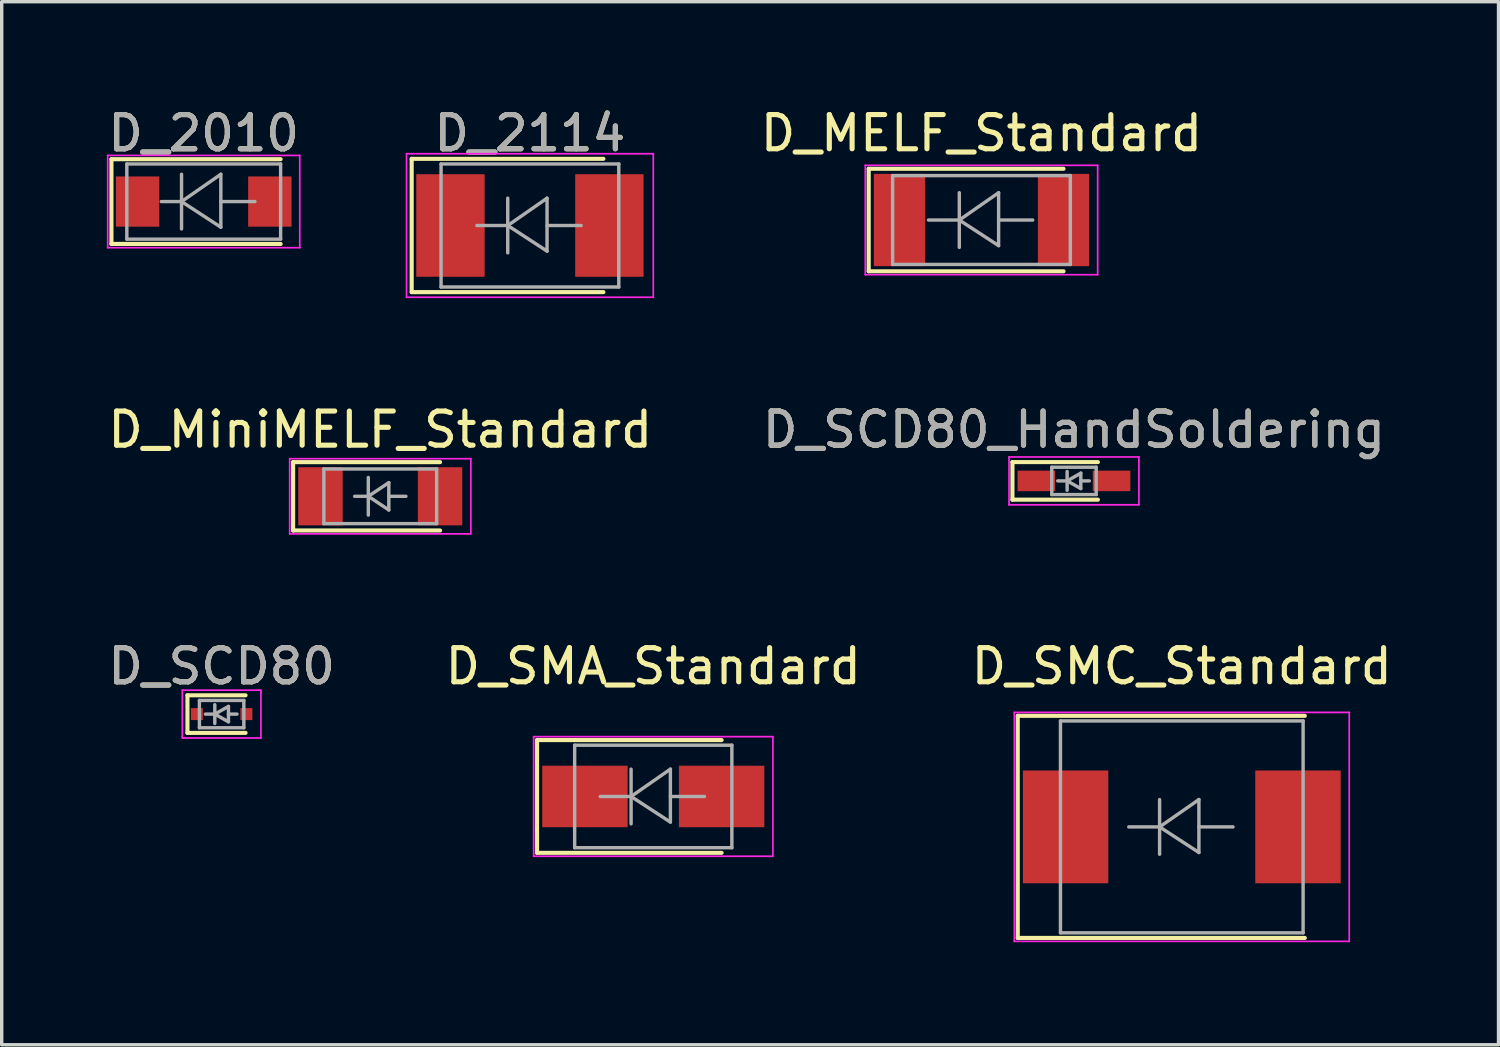
<source format=kicad_pcb>
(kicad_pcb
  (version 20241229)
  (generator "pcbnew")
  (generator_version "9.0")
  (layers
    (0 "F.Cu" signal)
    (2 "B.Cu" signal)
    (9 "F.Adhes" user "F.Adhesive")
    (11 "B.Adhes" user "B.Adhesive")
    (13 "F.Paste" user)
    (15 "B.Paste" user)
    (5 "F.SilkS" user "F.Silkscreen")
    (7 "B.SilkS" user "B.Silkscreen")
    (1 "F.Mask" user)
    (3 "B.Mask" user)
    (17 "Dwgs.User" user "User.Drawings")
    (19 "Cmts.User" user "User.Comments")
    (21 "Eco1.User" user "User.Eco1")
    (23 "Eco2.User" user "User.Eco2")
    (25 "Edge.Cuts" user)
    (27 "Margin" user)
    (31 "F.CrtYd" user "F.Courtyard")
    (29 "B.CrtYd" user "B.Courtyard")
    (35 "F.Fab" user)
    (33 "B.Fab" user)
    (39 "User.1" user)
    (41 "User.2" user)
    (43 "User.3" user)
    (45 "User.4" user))
  (footprint "D_SCD80"
    (layer "F.Cu")
    (at 3.435 17.845)
    (property "Reference" "D_SCD80" (at 0 -1.4 0) (layer "F.SilkS") (effects (font (size 1 1) (thickness 0.15))))
    (attr smd)
    (fp_line (start -1 -0.55) (end -1 0.55) (stroke (width 0.12) (type solid)) (layer "F.SilkS"))
    (fp_line (start -1 0.55) (end 0.7 0.55) (stroke (width 0.12) (type solid)) (layer "F.SilkS"))
    (fp_line (start 0.7 -0.55) (end -1 -0.55) (stroke (width 0.12) (type solid)) (layer "F.SilkS"))
    (fp_line (start -1.15 -0.7) (end 1.1 -0.7) (stroke (width 0.05) (type solid)) (layer "F.CrtYd"))
    (fp_line (start -1.15 0.65) (end -1.15 -0.7) (stroke (width 0.05) (type solid)) (layer "F.CrtYd"))
    (fp_line (start -1.15 0.65) (end -1.15 0.7) (stroke (width 0.05) (type solid)) (layer "F.CrtYd"))
    (fp_line (start -1.15 0.7) (end -1.1 0.7) (stroke (width 0.05) (type solid)) (layer "F.CrtYd"))
    (fp_line (start 1.1 -0.7) (end 1.15 -0.7) (stroke (width 0.05) (type solid)) (layer "F.CrtYd"))
    (fp_line (start 1.15 -0.7) (end 1.15 -0.65) (stroke (width 0.05) (type solid)) (layer "F.CrtYd"))
    (fp_line (start 1.15 -0.65) (end 1.15 0.7) (stroke (width 0.05) (type solid)) (layer "F.CrtYd"))
    (fp_line (start 1.15 0.7) (end -1.1 0.7) (stroke (width 0.05) (type solid)) (layer "F.CrtYd"))
    (fp_line (start -0.65 -0.4) (end 0.65 -0.4) (stroke (width 0.1) (type solid)) (layer "F.Fab"))
    (fp_line (start -0.65 0.4) (end -0.65 -0.4) (stroke (width 0.1) (type solid)) (layer "F.Fab"))
    (fp_line (start -0.2 -0.275) (end -0.2 0.275) (stroke (width 0.1) (type solid)) (layer "F.Fab"))
    (fp_line (start -0.2 0) (end -0.475 0) (stroke (width 0.1) (type solid)) (layer "F.Fab"))
    (fp_line (start -0.2 0) (end 0.2 -0.225) (stroke (width 0.1) (type solid)) (layer "F.Fab"))
    (fp_line (start 0.2 -0.225) (end 0.2 0.225) (stroke (width 0.1) (type solid)) (layer "F.Fab"))
    (fp_line (start 0.2 0) (end 0.45 0) (stroke (width 0.1) (type solid)) (layer "F.Fab"))
    (fp_line (start 0.2 0.225) (end -0.2 0) (stroke (width 0.1) (type solid)) (layer "F.Fab"))
    (fp_line (start 0.65 -0.4) (end 0.65 0.4) (stroke (width 0.1) (type solid)) (layer "F.Fab"))
    (fp_line (start 0.65 0.4) (end -0.65 0.4) (stroke (width 0.1) (type solid)) (layer "F.Fab"))
    (fp_text user "${REFERENCE}" (at 0 -1.4 0) (layer "F.Fab") (effects (font (size 1 1) (thickness 0.15))))
    (pad "1" smd rect (at -0.725 0) (size 0.35 0.35) (layers "F.Cu" "F.Mask" "F.Paste"))
    (pad "2" smd rect (at 0.725 0) (size 0.35 0.35) (layers "F.Cu" "F.Mask" "F.Paste")))
  (footprint "D_MiniMELF_Standard"
    (layer "F.Cu")
    (at 8.077 11.472)
    (property "Reference" "D_MiniMELF_Standard" (at 0 -1.95 0) (layer "F.SilkS") (effects (font (size 1 1) (thickness 0.15))))
    (attr smd)
    (fp_line (start -2.55 -1) (end -2.55 1) (stroke (width 0.12) (type solid)) (layer "F.SilkS"))
    (fp_line (start -2.55 1) (end 1.75 1) (stroke (width 0.12) (type solid)) (layer "F.SilkS"))
    (fp_line (start 1.75 -1) (end -2.55 -1) (stroke (width 0.12) (type solid)) (layer "F.SilkS"))
    (fp_line (start -2.65 -1.1) (end 2.65 -1.1) (stroke (width 0.05) (type solid)) (layer "F.CrtYd"))
    (fp_line (start -2.65 1.1) (end -2.65 -1.1) (stroke (width 0.05) (type solid)) (layer "F.CrtYd"))
    (fp_line (start 2.65 -1.1) (end 2.65 1.1) (stroke (width 0.05) (type solid)) (layer "F.CrtYd"))
    (fp_line (start 2.65 1.1) (end -2.65 1.1) (stroke (width 0.05) (type solid)) (layer "F.CrtYd"))
    (fp_line (start -1.65 -0.8) (end 1.65 -0.8) (stroke (width 0.1) (type solid)) (layer "F.Fab"))
    (fp_line (start -1.65 0.8) (end -1.65 -0.8) (stroke (width 0.1) (type solid)) (layer "F.Fab"))
    (fp_line (start -0.75 0) (end -0.35 0) (stroke (width 0.1) (type solid)) (layer "F.Fab"))
    (fp_line (start -0.35 0) (end -0.35 -0.55) (stroke (width 0.1) (type solid)) (layer "F.Fab"))
    (fp_line (start -0.35 0) (end -0.35 0.55) (stroke (width 0.1) (type solid)) (layer "F.Fab"))
    (fp_line (start -0.35 0) (end 0.25 -0.4) (stroke (width 0.1) (type solid)) (layer "F.Fab"))
    (fp_line (start 0.25 -0.4) (end 0.25 0.4) (stroke (width 0.1) (type solid)) (layer "F.Fab"))
    (fp_line (start 0.25 0) (end 0.75 0) (stroke (width 0.1) (type solid)) (layer "F.Fab"))
    (fp_line (start 0.25 0.4) (end -0.35 0) (stroke (width 0.1) (type solid)) (layer "F.Fab"))
    (fp_line (start 1.65 -0.8) (end 1.65 0.8) (stroke (width 0.1) (type solid)) (layer "F.Fab"))
    (fp_line (start 1.65 0.8) (end -1.65 0.8) (stroke (width 0.1) (type solid)) (layer "F.Fab"))
    (pad "1" smd rect (at -1.75 0) (size 1.3 1.7) (layers "F.Cu" "F.Mask" "F.Paste"))
    (pad "2" smd rect (at 1.75 0) (size 1.3 1.7) (layers "F.Cu" "F.Mask" "F.Paste")))
  (footprint "D_SCD80_HandSoldering"
    (layer "F.Cu")
    (at 28.375 11.021)
    (property "Reference" "D_SCD80_HandSoldering" (at 0 -1.5 0) (layer "F.SilkS") (effects (font (size 1 1) (thickness 0.15))))
    (attr smd)
    (fp_line (start -1.8 -0.55) (end -1.8 0.55) (stroke (width 0.12) (type solid)) (layer "F.SilkS"))
    (fp_line (start -1.8 -0.55) (end 0.7 -0.55) (stroke (width 0.12) (type solid)) (layer "F.SilkS"))
    (fp_line (start -1.8 0.55) (end 0.7 0.55) (stroke (width 0.12) (type solid)) (layer "F.SilkS"))
    (fp_line (start -1.9 0.7) (end -1.9 -0.7) (stroke (width 0.05) (type solid)) (layer "F.CrtYd"))
    (fp_line (start -1.9 0.7) (end 1.9 0.7) (stroke (width 0.05) (type solid)) (layer "F.CrtYd"))
    (fp_line (start 1.9 -0.7) (end -1.9 -0.7) (stroke (width 0.05) (type solid)) (layer "F.CrtYd"))
    (fp_line (start 1.9 -0.7) (end 1.9 0.7) (stroke (width 0.05) (type solid)) (layer "F.CrtYd"))
    (fp_line (start -0.65 -0.4) (end 0.65 -0.4) (stroke (width 0.1) (type solid)) (layer "F.Fab"))
    (fp_line (start -0.65 0.4) (end -0.65 -0.4) (stroke (width 0.1) (type solid)) (layer "F.Fab"))
    (fp_line (start -0.2 -0.275) (end -0.2 0.275) (stroke (width 0.1) (type solid)) (layer "F.Fab"))
    (fp_line (start -0.2 0) (end -0.475 0) (stroke (width 0.1) (type solid)) (layer "F.Fab"))
    (fp_line (start -0.2 0) (end 0.2 -0.225) (stroke (width 0.1) (type solid)) (layer "F.Fab"))
    (fp_line (start 0.2 -0.225) (end 0.2 0.225) (stroke (width 0.1) (type solid)) (layer "F.Fab"))
    (fp_line (start 0.2 0) (end 0.45 0) (stroke (width 0.1) (type solid)) (layer "F.Fab"))
    (fp_line (start 0.2 0.225) (end -0.2 0) (stroke (width 0.1) (type solid)) (layer "F.Fab"))
    (fp_line (start 0.65 -0.4) (end 0.65 0.4) (stroke (width 0.1) (type solid)) (layer "F.Fab"))
    (fp_line (start 0.65 0.4) (end -0.65 0.4) (stroke (width 0.1) (type solid)) (layer "F.Fab"))
    (fp_text user "${REFERENCE}" (at 0 -1.5 0) (layer "F.Fab") (effects (font (size 1 1) (thickness 0.15))))
    (pad "1" smd rect (at -1.1 0) (size 1.1 0.6) (layers "F.Cu" "F.Mask" "F.Paste"))
    (pad "2" smd rect (at 1.1 0) (size 1.1 0.6) (layers "F.Cu" "F.Mask" "F.Paste")))
  (footprint "D_2010"
    (layer "F.Cu")
    (at 2.911 2.848)
    (property "Reference" "D_2010" (at 0 -2 0) (layer "F.SilkS") (effects (font (size 1 1) (thickness 0.15))))
    (attr smd)
    (fp_line (start -2.7 -1.24) (end -2.7 1.24) (stroke (width 0.12) (type solid)) (layer "F.SilkS"))
    (fp_line (start -2.7 -1.24) (end 2.25 -1.24) (stroke (width 0.12) (type solid)) (layer "F.SilkS"))
    (fp_line (start -2.7 1.24) (end 2.25 1.24) (stroke (width 0.12) (type solid)) (layer "F.SilkS"))
    (fp_line (start -2.81 -1.35) (end 2.81 -1.35) (stroke (width 0.05) (type solid)) (layer "F.CrtYd"))
    (fp_line (start -2.81 1.35) (end -2.81 -1.35) (stroke (width 0.05) (type solid)) (layer "F.CrtYd"))
    (fp_line (start -2.81 1.35) (end 2.81 1.35) (stroke (width 0.05) (type solid)) (layer "F.CrtYd"))
    (fp_line (start 2.81 1.35) (end 2.81 -1.35) (stroke (width 0.05) (type solid)) (layer "F.CrtYd"))
    (fp_line (start -2.25 1.1) (end -2.25 -1.1) (stroke (width 0.1) (type solid)) (layer "F.Fab"))
    (fp_line (start -0.649 -0.799) (end -0.649 0.801) (stroke (width 0.1) (type solid)) (layer "F.Fab"))
    (fp_line (start -0.649 0) (end -1.24 0) (stroke (width 0.1) (type solid)) (layer "F.Fab"))
    (fp_line (start -0.649 0) (end 0.501 -0.799) (stroke (width 0.1) (type solid)) (layer "F.Fab"))
    (fp_line (start -0.649 0) (end 0.501 0.75) (stroke (width 0.1) (type solid)) (layer "F.Fab"))
    (fp_line (start 0.501 0) (end 1.499 0) (stroke (width 0.1) (type solid)) (layer "F.Fab"))
    (fp_line (start 0.501 0.75) (end 0.501 -0.799) (stroke (width 0.1) (type solid)) (layer "F.Fab"))
    (fp_line (start 2.25 -1.1) (end -2.25 -1.1) (stroke (width 0.1) (type solid)) (layer "F.Fab"))
    (fp_line (start 2.25 -1.1) (end 2.25 1.1) (stroke (width 0.1) (type solid)) (layer "F.Fab"))
    (fp_line (start 2.25 1.1) (end -2.25 1.1) (stroke (width 0.1) (type solid)) (layer "F.Fab"))
    (fp_text user "${REFERENCE}" (at 0 -2 0) (layer "F.Fab") (effects (font (size 1 1) (thickness 0.15))))
    (pad "1" smd rect (at -1.935 0) (size 1.27 1.47) (layers "F.Cu" "F.Mask" "F.Paste"))
    (pad "2" smd rect (at 1.935 0) (size 1.27 1.47) (layers "F.Cu" "F.Mask" "F.Paste")))
  (footprint "D_SMA_Standard"
    (layer "F.Cu")
    (at 16.065 20.255)
    (property "Reference" "D_SMA_Standard" (at 0 -3.81 0) (layer "F.SilkS") (effects (font (size 1 1) (thickness 0.15))))
    (attr smd)
    (fp_line (start -3.4 -1.65) (end -3.4 1.65) (stroke (width 0.12) (type solid)) (layer "F.SilkS"))
    (fp_line (start -3.4 -1.65) (end 2 -1.65) (stroke (width 0.12) (type solid)) (layer "F.SilkS"))
    (fp_line (start -3.4 1.65) (end 2 1.65) (stroke (width 0.12) (type solid)) (layer "F.SilkS"))
    (fp_line (start -3.5 -1.75) (end 3.5 -1.75) (stroke (width 0.05) (type solid)) (layer "F.CrtYd"))
    (fp_line (start -3.5 1.75) (end -3.5 -1.75) (stroke (width 0.05) (type solid)) (layer "F.CrtYd"))
    (fp_line (start 3.5 -1.75) (end 3.5 1.75) (stroke (width 0.05) (type solid)) (layer "F.CrtYd"))
    (fp_line (start 3.5 1.75) (end -3.5 1.75) (stroke (width 0.05) (type solid)) (layer "F.CrtYd"))
    (fp_line (start -2.3 1.5) (end -2.3 -1.5) (stroke (width 0.1) (type solid)) (layer "F.Fab"))
    (fp_line (start -0.649 -0.799) (end -0.649 0.801) (stroke (width 0.1) (type solid)) (layer "F.Fab"))
    (fp_line (start -0.649 0.001) (end -1.551 0.001) (stroke (width 0.1) (type solid)) (layer "F.Fab"))
    (fp_line (start -0.649 0.001) (end 0.501 -0.799) (stroke (width 0.1) (type solid)) (layer "F.Fab"))
    (fp_line (start -0.649 0.001) (end 0.501 0.75) (stroke (width 0.1) (type solid)) (layer "F.Fab"))
    (fp_line (start 0.501 0.001) (end 1.499 0.001) (stroke (width 0.1) (type solid)) (layer "F.Fab"))
    (fp_line (start 0.501 0.75) (end 0.501 -0.799) (stroke (width 0.1) (type solid)) (layer "F.Fab"))
    (fp_line (start 2.3 -1.5) (end -2.3 -1.5) (stroke (width 0.1) (type solid)) (layer "F.Fab"))
    (fp_line (start 2.3 -1.5) (end 2.3 1.5) (stroke (width 0.1) (type solid)) (layer "F.Fab"))
    (fp_line (start 2.3 1.5) (end -2.3 1.5) (stroke (width 0.1) (type solid)) (layer "F.Fab"))
    (pad "1" smd rect (at -2 0) (size 2.5 1.8) (layers "F.Cu" "F.Mask" "F.Paste"))
    (pad "2" smd rect (at 2 0) (size 2.5 1.8) (layers "F.Cu" "F.Mask" "F.Paste")))
  (footprint "D_2114"
    (layer "F.Cu")
    (at 12.456 3.548)
    (property "Reference" "D_2114" (at 0 -2.7 0) (layer "F.SilkS") (effects (font (size 1 1) (thickness 0.15))))
    (attr smd)
    (fp_line (start -3.46 -1.95) (end -3.46 1.95) (stroke (width 0.12) (type solid)) (layer "F.SilkS"))
    (fp_line (start -3.46 -1.95) (end 2.15 -1.95) (stroke (width 0.12) (type solid)) (layer "F.SilkS"))
    (fp_line (start -3.46 1.95) (end 2.15 1.95) (stroke (width 0.12) (type solid)) (layer "F.SilkS"))
    (fp_line (start -3.61 -2.1) (end 3.61 -2.1) (stroke (width 0.05) (type solid)) (layer "F.CrtYd"))
    (fp_line (start -3.61 2.1) (end -3.61 -2.1) (stroke (width 0.05) (type solid)) (layer "F.CrtYd"))
    (fp_line (start 3.61 -2.1) (end 3.61 2.1) (stroke (width 0.05) (type solid)) (layer "F.CrtYd"))
    (fp_line (start 3.61 2.1) (end -3.61 2.1) (stroke (width 0.05) (type solid)) (layer "F.CrtYd"))
    (fp_line (start -2.6 1.8) (end -2.6 -1.8) (stroke (width 0.1) (type solid)) (layer "F.Fab"))
    (fp_line (start -0.649 -0.799) (end -0.649 0.801) (stroke (width 0.1) (type solid)) (layer "F.Fab"))
    (fp_line (start -0.649 0.001) (end -1.551 0.001) (stroke (width 0.1) (type solid)) (layer "F.Fab"))
    (fp_line (start -0.649 0.001) (end 0.501 -0.799) (stroke (width 0.1) (type solid)) (layer "F.Fab"))
    (fp_line (start -0.649 0.001) (end 0.501 0.75) (stroke (width 0.1) (type solid)) (layer "F.Fab"))
    (fp_line (start 0.501 0.001) (end 1.499 0.001) (stroke (width 0.1) (type solid)) (layer "F.Fab"))
    (fp_line (start 0.501 0.75) (end 0.501 -0.799) (stroke (width 0.1) (type solid)) (layer "F.Fab"))
    (fp_line (start 2.6 -1.8) (end -2.6 -1.8) (stroke (width 0.1) (type solid)) (layer "F.Fab"))
    (fp_line (start 2.6 1.8) (end -2.6 1.8) (stroke (width 0.1) (type solid)) (layer "F.Fab"))
    (fp_line (start 2.6 1.8) (end 2.6 -1.8) (stroke (width 0.1) (type solid)) (layer "F.Fab"))
    (fp_text user "${REFERENCE}" (at 0 -2.7 0) (layer "F.Fab") (effects (font (size 1 1) (thickness 0.15))))
    (pad "1" smd rect (at -2.325 0) (size 2 3) (layers "F.Cu" "F.Mask" "F.Paste"))
    (pad "2" smd rect (at 2.325 0) (size 2 3) (layers "F.Cu" "F.Mask" "F.Paste")))
  (footprint "D_MELF_Standard"
    (layer "F.Cu")
    (at 25.669 3.388)
    (property "Reference" "D_MELF_Standard" (at 0 -2.54 0) (layer "F.SilkS") (effects (font (size 1 1) (thickness 0.15))))
    (attr smd)
    (fp_line (start -3.3 -1.5) (end -3.3 1.5) (stroke (width 0.12) (type solid)) (layer "F.SilkS"))
    (fp_line (start -3.3 1.5) (end 2.4 1.5) (stroke (width 0.12) (type solid)) (layer "F.SilkS"))
    (fp_line (start 2.4 -1.5) (end -3.3 -1.5) (stroke (width 0.12) (type solid)) (layer "F.SilkS"))
    (fp_line (start -3.4 -1.6) (end 3.4 -1.6) (stroke (width 0.05) (type solid)) (layer "F.CrtYd"))
    (fp_line (start -3.4 1.6) (end -3.4 -1.6) (stroke (width 0.05) (type solid)) (layer "F.CrtYd"))
    (fp_line (start 3.4 -1.6) (end 3.4 1.6) (stroke (width 0.05) (type solid)) (layer "F.CrtYd"))
    (fp_line (start 3.4 1.6) (end -3.4 1.6) (stroke (width 0.05) (type solid)) (layer "F.CrtYd"))
    (fp_line (start -2.6 -1.3) (end -2.6 1.3) (stroke (width 0.1) (type solid)) (layer "F.Fab"))
    (fp_line (start -2.6 1.3) (end 2.6 1.3) (stroke (width 0.1) (type solid)) (layer "F.Fab"))
    (fp_line (start -0.649 -0.799) (end -0.649 0.801) (stroke (width 0.1) (type solid)) (layer "F.Fab"))
    (fp_line (start -0.649 0.001) (end -1.551 0.001) (stroke (width 0.1) (type solid)) (layer "F.Fab"))
    (fp_line (start -0.649 0.001) (end 0.501 -0.799) (stroke (width 0.1) (type solid)) (layer "F.Fab"))
    (fp_line (start -0.649 0.001) (end 0.501 0.75) (stroke (width 0.1) (type solid)) (layer "F.Fab"))
    (fp_line (start 0.501 0.001) (end 1.499 0.001) (stroke (width 0.1) (type solid)) (layer "F.Fab"))
    (fp_line (start 0.501 0.75) (end 0.501 -0.799) (stroke (width 0.1) (type solid)) (layer "F.Fab"))
    (fp_line (start 2.6 -1.3) (end -2.6 -1.3) (stroke (width 0.1) (type solid)) (layer "F.Fab"))
    (fp_line (start 2.6 1.3) (end 2.6 -1.3) (stroke (width 0.1) (type solid)) (layer "F.Fab"))
    (pad "1" smd rect (at -2.4 0) (size 1.5 2.7) (layers "F.Cu" "F.Mask" "F.Paste"))
    (pad "2" smd rect (at 2.4 0) (size 1.5 2.7) (layers "F.Cu" "F.Mask" "F.Paste")))
  (footprint "D_SMC_Standard"
    (layer "F.Cu")
    (at 31.53 21.145)
    (property "Reference" "D_SMC_Standard" (at 0 -4.7 0) (layer "F.SilkS") (effects (font (size 1 1) (thickness 0.15))))
    (attr smd)
    (fp_line (start -4.8 -3.25) (end 3.6 -3.25) (stroke (width 0.12) (type solid)) (layer "F.SilkS"))
    (fp_line (start -4.8 3.25) (end -4.8 -3.25) (stroke (width 0.12) (type solid)) (layer "F.SilkS"))
    (fp_line (start -4.8 3.25) (end 3.6 3.25) (stroke (width 0.12) (type solid)) (layer "F.SilkS"))
    (fp_line (start -4.9 -3.35) (end 4.9 -3.35) (stroke (width 0.05) (type solid)) (layer "F.CrtYd"))
    (fp_line (start -4.9 3.35) (end -4.9 -3.35) (stroke (width 0.05) (type solid)) (layer "F.CrtYd"))
    (fp_line (start 4.9 -3.35) (end 4.9 3.35) (stroke (width 0.05) (type solid)) (layer "F.CrtYd"))
    (fp_line (start 4.9 3.35) (end -4.9 3.35) (stroke (width 0.05) (type solid)) (layer "F.CrtYd"))
    (fp_line (start -3.55 3.1) (end -3.55 -3.1) (stroke (width 0.1) (type solid)) (layer "F.Fab"))
    (fp_line (start -0.649 -0.799) (end -0.649 0.801) (stroke (width 0.1) (type solid)) (layer "F.Fab"))
    (fp_line (start -0.649 0.001) (end -1.551 0.001) (stroke (width 0.1) (type solid)) (layer "F.Fab"))
    (fp_line (start -0.649 0.001) (end 0.501 -0.799) (stroke (width 0.1) (type solid)) (layer "F.Fab"))
    (fp_line (start -0.649 0.001) (end 0.501 0.75) (stroke (width 0.1) (type solid)) (layer "F.Fab"))
    (fp_line (start 0.501 0.001) (end 1.499 0.001) (stroke (width 0.1) (type solid)) (layer "F.Fab"))
    (fp_line (start 0.501 0.75) (end 0.501 -0.799) (stroke (width 0.1) (type solid)) (layer "F.Fab"))
    (fp_line (start 3.55 -3.1) (end -3.55 -3.1) (stroke (width 0.1) (type solid)) (layer "F.Fab"))
    (fp_line (start 3.55 -3.1) (end 3.55 3.1) (stroke (width 0.1) (type solid)) (layer "F.Fab"))
    (fp_line (start 3.55 3.1) (end -3.55 3.1) (stroke (width 0.1) (type solid)) (layer "F.Fab"))
    (pad "1" smd rect (at -3.4 0 90) (size 3.3 2.5) (layers "F.Cu" "F.Mask" "F.Paste"))
    (pad "2" smd rect (at 3.4 0 90) (size 3.3 2.5) (layers "F.Cu" "F.Mask" "F.Paste")))
  (gr_rect
    (start -3 -3)
    (end 40.798 27.52)
    (stroke (width 0.1) (type default))
    (fill no)
    (layer "Edge.Cuts")))
</source>
